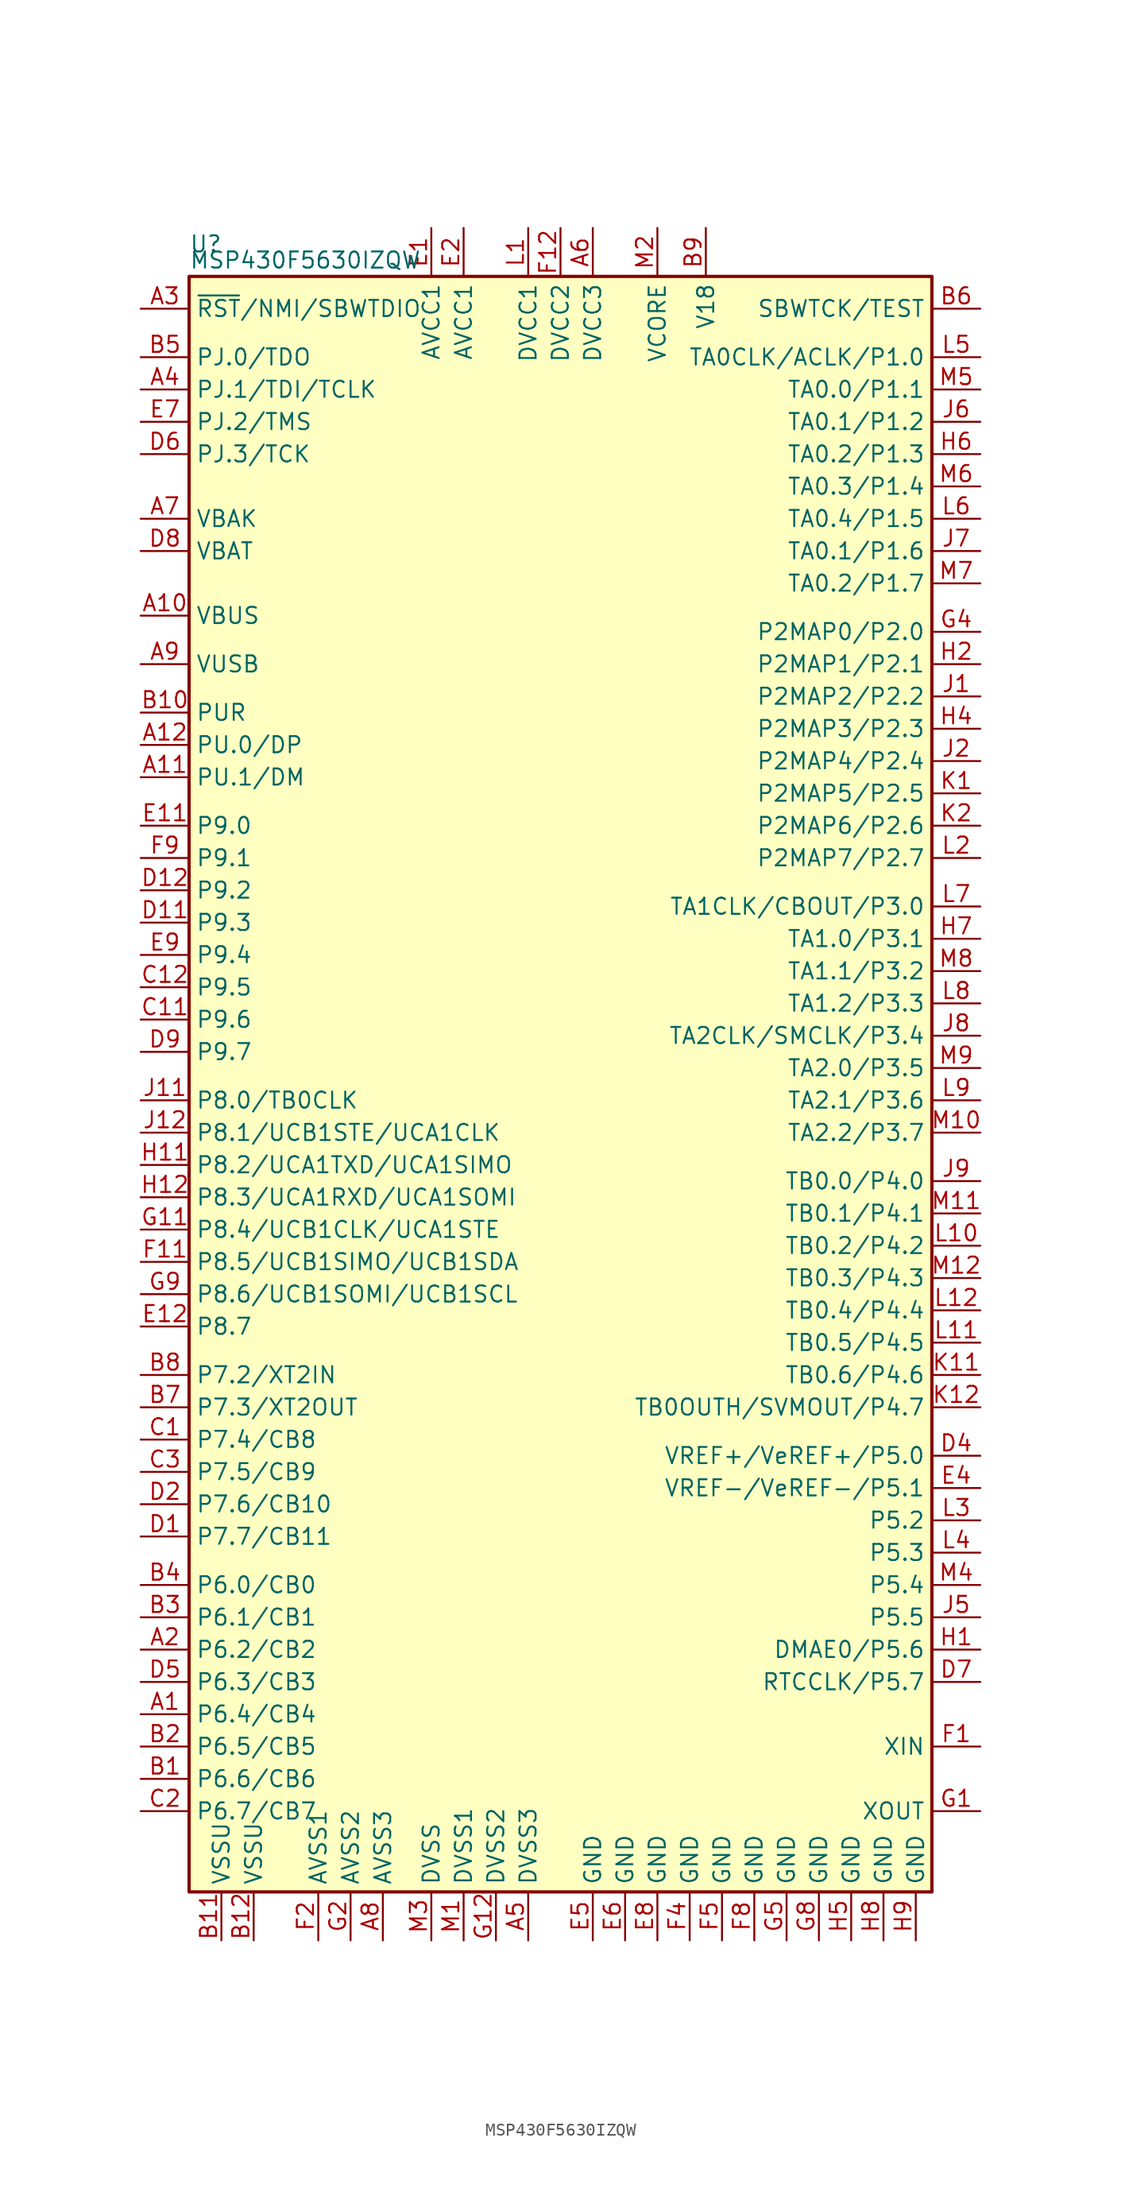
<source format=kicad_sym>
(kicad_symbol_lib
  (version 20201005)
  (generator kicad_symbol_editor)
  (symbol "MSP430F5630IZQW"
    (property "Reference" "U"
      (at -29.21 66.04 0)
      (effects (font (size 1.27 1.27)) (justify left)))
    (property "Value" "MSP430F5630IZQW"
      (at -29.21 64.77 0)
      (effects (font (size 1.27 1.27)) (justify left)))
    (symbol "MSP430F5630IZQW_0_1"
      (rectangle (start -29.21 63.5) (end 29.21 -63.5) (stroke (width 0.254)) (fill (type background))))
    (symbol "MSP430F5630IZQW_1_1"
      (pin bidirectional line (at -33.02 -49.53 0) (length 3.81) (name "P6.4/CB4" (effects (font (size 1.27 1.27)))) (number "A1" (effects (font (size 1.27 1.27)))))
      (pin bidirectional line (at -33.02 36.83 0) (length 3.81) (name "VBUS" (effects (font (size 1.27 1.27)))) (number "A10" (effects (font (size 1.27 1.27)))))
      (pin bidirectional line (at -33.02 24.13 0) (length 3.81) (name "PU.1/DM" (effects (font (size 1.27 1.27)))) (number "A11" (effects (font (size 1.27 1.27)))))
      (pin bidirectional line (at -33.02 26.67 0) (length 3.81) (name "PU.0/DP" (effects (font (size 1.27 1.27)))) (number "A12" (effects (font (size 1.27 1.27)))))
      (pin bidirectional line (at -33.02 -44.45 0) (length 3.81) (name "P6.2/CB2" (effects (font (size 1.27 1.27)))) (number "A2" (effects (font (size 1.27 1.27)))))
      (pin input line (at -33.02 60.96 0) (length 3.81) (name "~RST~/NMI/SBWTDIO" (effects (font (size 1.27 1.27)))) (number "A3" (effects (font (size 1.27 1.27)))))
      (pin bidirectional line (at -33.02 54.61 0) (length 3.81) (name "PJ.1/TDI/TCLK" (effects (font (size 1.27 1.27)))) (number "A4" (effects (font (size 1.27 1.27)))))
      (pin power_in line (at -2.54 -67.31 90) (length 3.81) (name "DVSS3" (effects (font (size 1.27 1.27)))) (number "A5" (effects (font (size 1.27 1.27)))))
      (pin power_in line (at 2.54 67.31 270) (length 3.81) (name "DVCC3" (effects (font (size 1.27 1.27)))) (number "A6" (effects (font (size 1.27 1.27)))))
      (pin bidirectional line (at -33.02 44.45 0) (length 3.81) (name "VBAK" (effects (font (size 1.27 1.27)))) (number "A7" (effects (font (size 1.27 1.27)))))
      (pin power_in line (at -13.97 -67.31 90) (length 3.81) (name "AVSS3" (effects (font (size 1.27 1.27)))) (number "A8" (effects (font (size 1.27 1.27)))))
      (pin bidirectional line (at -33.02 33.02 0) (length 3.81) (name "VUSB" (effects (font (size 1.27 1.27)))) (number "A9" (effects (font (size 1.27 1.27)))))
      (pin bidirectional line (at -33.02 -54.61 0) (length 3.81) (name "P6.6/CB6" (effects (font (size 1.27 1.27)))) (number "B1" (effects (font (size 1.27 1.27)))))
      (pin bidirectional line (at -33.02 29.21 0) (length 3.81) (name "PUR" (effects (font (size 1.27 1.27)))) (number "B10" (effects (font (size 1.27 1.27)))))
      (pin power_in line (at -26.67 -67.31 90) (length 3.81) (name "VSSU" (effects (font (size 1.27 1.27)))) (number "B11" (effects (font (size 1.27 1.27)))))
      (pin power_in line (at -24.13 -67.31 90) (length 3.81) (name "VSSU" (effects (font (size 1.27 1.27)))) (number "B12" (effects (font (size 1.27 1.27)))))
      (pin bidirectional line (at -33.02 -52.07 0) (length 3.81) (name "P6.5/CB5" (effects (font (size 1.27 1.27)))) (number "B2" (effects (font (size 1.27 1.27)))))
      (pin bidirectional line (at -33.02 -41.91 0) (length 3.81) (name "P6.1/CB1" (effects (font (size 1.27 1.27)))) (number "B3" (effects (font (size 1.27 1.27)))))
      (pin bidirectional line (at -33.02 -39.37 0) (length 3.81) (name "P6.0/CB0" (effects (font (size 1.27 1.27)))) (number "B4" (effects (font (size 1.27 1.27)))))
      (pin bidirectional line (at -33.02 57.15 0) (length 3.81) (name "PJ.0/TDO" (effects (font (size 1.27 1.27)))) (number "B5" (effects (font (size 1.27 1.27)))))
      (pin input line (at 33.02 60.96 180) (length 3.81) (name "SBWTCK/TEST" (effects (font (size 1.27 1.27)))) (number "B6" (effects (font (size 1.27 1.27)))))
      (pin bidirectional line (at -33.02 -25.4 0) (length 3.81) (name "P7.3/XT2OUT" (effects (font (size 1.27 1.27)))) (number "B7" (effects (font (size 1.27 1.27)))))
      (pin bidirectional line (at -33.02 -22.86 0) (length 3.81) (name "P7.2/XT2IN" (effects (font (size 1.27 1.27)))) (number "B8" (effects (font (size 1.27 1.27)))))
      (pin passive line (at 11.43 67.31 270) (length 3.81) (name "V18" (effects (font (size 1.27 1.27)))) (number "B9" (effects (font (size 1.27 1.27)))))
      (pin bidirectional line (at -33.02 -27.94 0) (length 3.81) (name "P7.4/CB8" (effects (font (size 1.27 1.27)))) (number "C1" (effects (font (size 1.27 1.27)))))
      (pin bidirectional line (at -33.02 5.08 0) (length 3.81) (name "P9.6" (effects (font (size 1.27 1.27)))) (number "C11" (effects (font (size 1.27 1.27)))))
      (pin bidirectional line (at -33.02 7.62 0) (length 3.81) (name "P9.5" (effects (font (size 1.27 1.27)))) (number "C12" (effects (font (size 1.27 1.27)))))
      (pin bidirectional line (at -33.02 -57.15 0) (length 3.81) (name "P6.7/CB7" (effects (font (size 1.27 1.27)))) (number "C2" (effects (font (size 1.27 1.27)))))
      (pin bidirectional line (at -33.02 -30.48 0) (length 3.81) (name "P7.5/CB9" (effects (font (size 1.27 1.27)))) (number "C3" (effects (font (size 1.27 1.27)))))
      (pin bidirectional line (at -33.02 -35.56 0) (length 3.81) (name "P7.7/CB11" (effects (font (size 1.27 1.27)))) (number "D1" (effects (font (size 1.27 1.27)))))
      (pin bidirectional line (at -33.02 12.7 0) (length 3.81) (name "P9.3" (effects (font (size 1.27 1.27)))) (number "D11" (effects (font (size 1.27 1.27)))))
      (pin bidirectional line (at -33.02 15.24 0) (length 3.81) (name "P9.2" (effects (font (size 1.27 1.27)))) (number "D12" (effects (font (size 1.27 1.27)))))
      (pin bidirectional line (at -33.02 -33.02 0) (length 3.81) (name "P7.6/CB10" (effects (font (size 1.27 1.27)))) (number "D2" (effects (font (size 1.27 1.27)))))
      (pin bidirectional line (at 33.02 -29.21 180) (length 3.81) (name "VREF+/VeREF+/P5.0" (effects (font (size 1.27 1.27)))) (number "D4" (effects (font (size 1.27 1.27)))))
      (pin bidirectional line (at -33.02 -46.99 0) (length 3.81) (name "P6.3/CB3" (effects (font (size 1.27 1.27)))) (number "D5" (effects (font (size 1.27 1.27)))))
      (pin bidirectional line (at -33.02 49.53 0) (length 3.81) (name "PJ.3/TCK" (effects (font (size 1.27 1.27)))) (number "D6" (effects (font (size 1.27 1.27)))))
      (pin bidirectional line (at 33.02 -46.99 180) (length 3.81) (name "RTCCLK/P5.7" (effects (font (size 1.27 1.27)))) (number "D7" (effects (font (size 1.27 1.27)))))
      (pin bidirectional line (at -33.02 41.91 0) (length 3.81) (name "VBAT" (effects (font (size 1.27 1.27)))) (number "D8" (effects (font (size 1.27 1.27)))))
      (pin bidirectional line (at -33.02 2.54 0) (length 3.81) (name "P9.7" (effects (font (size 1.27 1.27)))) (number "D9" (effects (font (size 1.27 1.27)))))
      (pin power_in line (at -10.16 67.31 270) (length 3.81) (name "AVCC1" (effects (font (size 1.27 1.27)))) (number "E1" (effects (font (size 1.27 1.27)))))
      (pin bidirectional line (at -33.02 20.32 0) (length 3.81) (name "P9.0" (effects (font (size 1.27 1.27)))) (number "E11" (effects (font (size 1.27 1.27)))))
      (pin bidirectional line (at -33.02 -19.05 0) (length 3.81) (name "P8.7" (effects (font (size 1.27 1.27)))) (number "E12" (effects (font (size 1.27 1.27)))))
      (pin power_in line (at -7.62 67.31 270) (length 3.81) (name "AVCC1" (effects (font (size 1.27 1.27)))) (number "E2" (effects (font (size 1.27 1.27)))))
      (pin bidirectional line (at 33.02 -31.75 180) (length 3.81) (name "VREF-/VeREF-/P5.1" (effects (font (size 1.27 1.27)))) (number "E4" (effects (font (size 1.27 1.27)))))
      (pin power_in line (at 2.54 -67.31 90) (length 3.81) (name "GND" (effects (font (size 1.27 1.27)))) (number "E5" (effects (font (size 1.27 1.27)))))
      (pin power_in line (at 5.08 -67.31 90) (length 3.81) (name "GND" (effects (font (size 1.27 1.27)))) (number "E6" (effects (font (size 1.27 1.27)))))
      (pin bidirectional line (at -33.02 52.07 0) (length 3.81) (name "PJ.2/TMS" (effects (font (size 1.27 1.27)))) (number "E7" (effects (font (size 1.27 1.27)))))
      (pin power_in line (at 7.62 -67.31 90) (length 3.81) (name "GND" (effects (font (size 1.27 1.27)))) (number "E8" (effects (font (size 1.27 1.27)))))
      (pin bidirectional line (at -33.02 10.16 0) (length 3.81) (name "P9.4" (effects (font (size 1.27 1.27)))) (number "E9" (effects (font (size 1.27 1.27)))))
      (pin bidirectional line (at 33.02 -52.07 180) (length 3.81) (name "XIN" (effects (font (size 1.27 1.27)))) (number "F1" (effects (font (size 1.27 1.27)))))
      (pin bidirectional line (at -33.02 -13.97 0) (length 3.81) (name "P8.5/UCB1SIMO/UCB1SDA" (effects (font (size 1.27 1.27)))) (number "F11" (effects (font (size 1.27 1.27)))))
      (pin power_in line (at 0 67.31 270) (length 3.81) (name "DVCC2" (effects (font (size 1.27 1.27)))) (number "F12" (effects (font (size 1.27 1.27)))))
      (pin power_in line (at -19.05 -67.31 90) (length 3.81) (name "AVSS1" (effects (font (size 1.27 1.27)))) (number "F2" (effects (font (size 1.27 1.27)))))
      (pin power_in line (at 10.16 -67.31 90) (length 3.81) (name "GND" (effects (font (size 1.27 1.27)))) (number "F4" (effects (font (size 1.27 1.27)))))
      (pin power_in line (at 12.7 -67.31 90) (length 3.81) (name "GND" (effects (font (size 1.27 1.27)))) (number "F5" (effects (font (size 1.27 1.27)))))
      (pin power_in line (at 15.24 -67.31 90) (length 3.81) (name "GND" (effects (font (size 1.27 1.27)))) (number "F8" (effects (font (size 1.27 1.27)))))
      (pin bidirectional line (at -33.02 17.78 0) (length 3.81) (name "P9.1" (effects (font (size 1.27 1.27)))) (number "F9" (effects (font (size 1.27 1.27)))))
      (pin bidirectional line (at 33.02 -57.15 180) (length 3.81) (name "XOUT" (effects (font (size 1.27 1.27)))) (number "G1" (effects (font (size 1.27 1.27)))))
      (pin bidirectional line (at -33.02 -11.43 0) (length 3.81) (name "P8.4/UCB1CLK/UCA1STE" (effects (font (size 1.27 1.27)))) (number "G11" (effects (font (size 1.27 1.27)))))
      (pin power_in line (at -5.08 -67.31 90) (length 3.81) (name "DVSS2" (effects (font (size 1.27 1.27)))) (number "G12" (effects (font (size 1.27 1.27)))))
      (pin power_in line (at -16.51 -67.31 90) (length 3.81) (name "AVSS2" (effects (font (size 1.27 1.27)))) (number "G2" (effects (font (size 1.27 1.27)))))
      (pin bidirectional line (at 33.02 35.56 180) (length 3.81) (name "P2MAP0/P2.0" (effects (font (size 1.27 1.27)))) (number "G4" (effects (font (size 1.27 1.27)))))
      (pin power_in line (at 17.78 -67.31 90) (length 3.81) (name "GND" (effects (font (size 1.27 1.27)))) (number "G5" (effects (font (size 1.27 1.27)))))
      (pin power_in line (at 20.32 -67.31 90) (length 3.81) (name "GND" (effects (font (size 1.27 1.27)))) (number "G8" (effects (font (size 1.27 1.27)))))
      (pin bidirectional line (at -33.02 -16.51 0) (length 3.81) (name "P8.6/UCB1SOMI/UCB1SCL" (effects (font (size 1.27 1.27)))) (number "G9" (effects (font (size 1.27 1.27)))))
      (pin bidirectional line (at 33.02 -44.45 180) (length 3.81) (name "DMAE0/P5.6" (effects (font (size 1.27 1.27)))) (number "H1" (effects (font (size 1.27 1.27)))))
      (pin bidirectional line (at -33.02 -6.35 0) (length 3.81) (name "P8.2/UCA1TXD/UCA1SIMO" (effects (font (size 1.27 1.27)))) (number "H11" (effects (font (size 1.27 1.27)))))
      (pin bidirectional line (at -33.02 -8.89 0) (length 3.81) (name "P8.3/UCA1RXD/UCA1SOMI" (effects (font (size 1.27 1.27)))) (number "H12" (effects (font (size 1.27 1.27)))))
      (pin bidirectional line (at 33.02 33.02 180) (length 3.81) (name "P2MAP1/P2.1" (effects (font (size 1.27 1.27)))) (number "H2" (effects (font (size 1.27 1.27)))))
      (pin bidirectional line (at 33.02 27.94 180) (length 3.81) (name "P2MAP3/P2.3" (effects (font (size 1.27 1.27)))) (number "H4" (effects (font (size 1.27 1.27)))))
      (pin power_in line (at 22.86 -67.31 90) (length 3.81) (name "GND" (effects (font (size 1.27 1.27)))) (number "H5" (effects (font (size 1.27 1.27)))))
      (pin bidirectional line (at 33.02 49.53 180) (length 3.81) (name "TA0.2/P1.3" (effects (font (size 1.27 1.27)))) (number "H6" (effects (font (size 1.27 1.27)))))
      (pin bidirectional line (at 33.02 11.43 180) (length 3.81) (name "TA1.0/P3.1" (effects (font (size 1.27 1.27)))) (number "H7" (effects (font (size 1.27 1.27)))))
      (pin power_in line (at 25.4 -67.31 90) (length 3.81) (name "GND" (effects (font (size 1.27 1.27)))) (number "H8" (effects (font (size 1.27 1.27)))))
      (pin power_in line (at 27.94 -67.31 90) (length 3.81) (name "GND" (effects (font (size 1.27 1.27)))) (number "H9" (effects (font (size 1.27 1.27)))))
      (pin bidirectional line (at 33.02 30.48 180) (length 3.81) (name "P2MAP2/P2.2" (effects (font (size 1.27 1.27)))) (number "J1" (effects (font (size 1.27 1.27)))))
      (pin bidirectional line (at -33.02 -1.27 0) (length 3.81) (name "P8.0/TB0CLK" (effects (font (size 1.27 1.27)))) (number "J11" (effects (font (size 1.27 1.27)))))
      (pin bidirectional line (at -33.02 -3.81 0) (length 3.81) (name "P8.1/UCB1STE/UCA1CLK" (effects (font (size 1.27 1.27)))) (number "J12" (effects (font (size 1.27 1.27)))))
      (pin bidirectional line (at 33.02 25.4 180) (length 3.81) (name "P2MAP4/P2.4" (effects (font (size 1.27 1.27)))) (number "J2" (effects (font (size 1.27 1.27)))))
      (pin bidirectional line (at 33.02 -41.91 180) (length 3.81) (name "P5.5" (effects (font (size 1.27 1.27)))) (number "J5" (effects (font (size 1.27 1.27)))))
      (pin bidirectional line (at 33.02 52.07 180) (length 3.81) (name "TA0.1/P1.2" (effects (font (size 1.27 1.27)))) (number "J6" (effects (font (size 1.27 1.27)))))
      (pin bidirectional line (at 33.02 41.91 180) (length 3.81) (name "TA0.1/P1.6" (effects (font (size 1.27 1.27)))) (number "J7" (effects (font (size 1.27 1.27)))))
      (pin bidirectional line (at 33.02 3.81 180) (length 3.81) (name "TA2CLK/SMCLK/P3.4" (effects (font (size 1.27 1.27)))) (number "J8" (effects (font (size 1.27 1.27)))))
      (pin bidirectional line (at 33.02 -7.62 180) (length 3.81) (name "TB0.0/P4.0" (effects (font (size 1.27 1.27)))) (number "J9" (effects (font (size 1.27 1.27)))))
      (pin bidirectional line (at 33.02 22.86 180) (length 3.81) (name "P2MAP5/P2.5" (effects (font (size 1.27 1.27)))) (number "K1" (effects (font (size 1.27 1.27)))))
      (pin bidirectional line (at 33.02 -22.86 180) (length 3.81) (name "TB0.6/P4.6" (effects (font (size 1.27 1.27)))) (number "K11" (effects (font (size 1.27 1.27)))))
      (pin bidirectional line (at 33.02 -25.4 180) (length 3.81) (name "TB0OUTH/SVMOUT/P4.7" (effects (font (size 1.27 1.27)))) (number "K12" (effects (font (size 1.27 1.27)))))
      (pin bidirectional line (at 33.02 20.32 180) (length 3.81) (name "P2MAP6/P2.6" (effects (font (size 1.27 1.27)))) (number "K2" (effects (font (size 1.27 1.27)))))
      (pin power_in line (at -2.54 67.31 270) (length 3.81) (name "DVCC1" (effects (font (size 1.27 1.27)))) (number "L1" (effects (font (size 1.27 1.27)))))
      (pin bidirectional line (at 33.02 -12.7 180) (length 3.81) (name "TB0.2/P4.2" (effects (font (size 1.27 1.27)))) (number "L10" (effects (font (size 1.27 1.27)))))
      (pin bidirectional line (at 33.02 -20.32 180) (length 3.81) (name "TB0.5/P4.5" (effects (font (size 1.27 1.27)))) (number "L11" (effects (font (size 1.27 1.27)))))
      (pin bidirectional line (at 33.02 -17.78 180) (length 3.81) (name "TB0.4/P4.4" (effects (font (size 1.27 1.27)))) (number "L12" (effects (font (size 1.27 1.27)))))
      (pin bidirectional line (at 33.02 17.78 180) (length 3.81) (name "P2MAP7/P2.7" (effects (font (size 1.27 1.27)))) (number "L2" (effects (font (size 1.27 1.27)))))
      (pin bidirectional line (at 33.02 -34.29 180) (length 3.81) (name "P5.2" (effects (font (size 1.27 1.27)))) (number "L3" (effects (font (size 1.27 1.27)))))
      (pin bidirectional line (at 33.02 -36.83 180) (length 3.81) (name "P5.3" (effects (font (size 1.27 1.27)))) (number "L4" (effects (font (size 1.27 1.27)))))
      (pin bidirectional line (at 33.02 57.15 180) (length 3.81) (name "TA0CLK/ACLK/P1.0" (effects (font (size 1.27 1.27)))) (number "L5" (effects (font (size 1.27 1.27)))))
      (pin bidirectional line (at 33.02 44.45 180) (length 3.81) (name "TA0.4/P1.5" (effects (font (size 1.27 1.27)))) (number "L6" (effects (font (size 1.27 1.27)))))
      (pin bidirectional line (at 33.02 13.97 180) (length 3.81) (name "TA1CLK/CBOUT/P3.0" (effects (font (size 1.27 1.27)))) (number "L7" (effects (font (size 1.27 1.27)))))
      (pin bidirectional line (at 33.02 6.35 180) (length 3.81) (name "TA1.2/P3.3" (effects (font (size 1.27 1.27)))) (number "L8" (effects (font (size 1.27 1.27)))))
      (pin bidirectional line (at 33.02 -1.27 180) (length 3.81) (name "TA2.1/P3.6" (effects (font (size 1.27 1.27)))) (number "L9" (effects (font (size 1.27 1.27)))))
      (pin power_in line (at -7.62 -67.31 90) (length 3.81) (name "DVSS1" (effects (font (size 1.27 1.27)))) (number "M1" (effects (font (size 1.27 1.27)))))
      (pin bidirectional line (at 33.02 -3.81 180) (length 3.81) (name "TA2.2/P3.7" (effects (font (size 1.27 1.27)))) (number "M10" (effects (font (size 1.27 1.27)))))
      (pin bidirectional line (at 33.02 -10.16 180) (length 3.81) (name "TB0.1/P4.1" (effects (font (size 1.27 1.27)))) (number "M11" (effects (font (size 1.27 1.27)))))
      (pin bidirectional line (at 33.02 -15.24 180) (length 3.81) (name "TB0.3/P4.3" (effects (font (size 1.27 1.27)))) (number "M12" (effects (font (size 1.27 1.27)))))
      (pin bidirectional line (at 7.62 67.31 270) (length 3.81) (name "VCORE" (effects (font (size 1.27 1.27)))) (number "M2" (effects (font (size 1.27 1.27)))))
      (pin power_in line (at -10.16 -67.31 90) (length 3.81) (name "DVSS" (effects (font (size 1.27 1.27)))) (number "M3" (effects (font (size 1.27 1.27)))))
      (pin bidirectional line (at 33.02 -39.37 180) (length 3.81) (name "P5.4" (effects (font (size 1.27 1.27)))) (number "M4" (effects (font (size 1.27 1.27)))))
      (pin bidirectional line (at 33.02 54.61 180) (length 3.81) (name "TA0.0/P1.1" (effects (font (size 1.27 1.27)))) (number "M5" (effects (font (size 1.27 1.27)))))
      (pin bidirectional line (at 33.02 46.99 180) (length 3.81) (name "TA0.3/P1.4" (effects (font (size 1.27 1.27)))) (number "M6" (effects (font (size 1.27 1.27)))))
      (pin bidirectional line (at 33.02 39.37 180) (length 3.81) (name "TA0.2/P1.7" (effects (font (size 1.27 1.27)))) (number "M7" (effects (font (size 1.27 1.27)))))
      (pin bidirectional line (at 33.02 8.89 180) (length 3.81) (name "TA1.1/P3.2" (effects (font (size 1.27 1.27)))) (number "M8" (effects (font (size 1.27 1.27)))))
      (pin bidirectional line (at 33.02 1.27 180) (length 3.81) (name "TA2.0/P3.5" (effects (font (size 1.27 1.27)))) (number "M9" (effects (font (size 1.27 1.27))))))))
</source>
